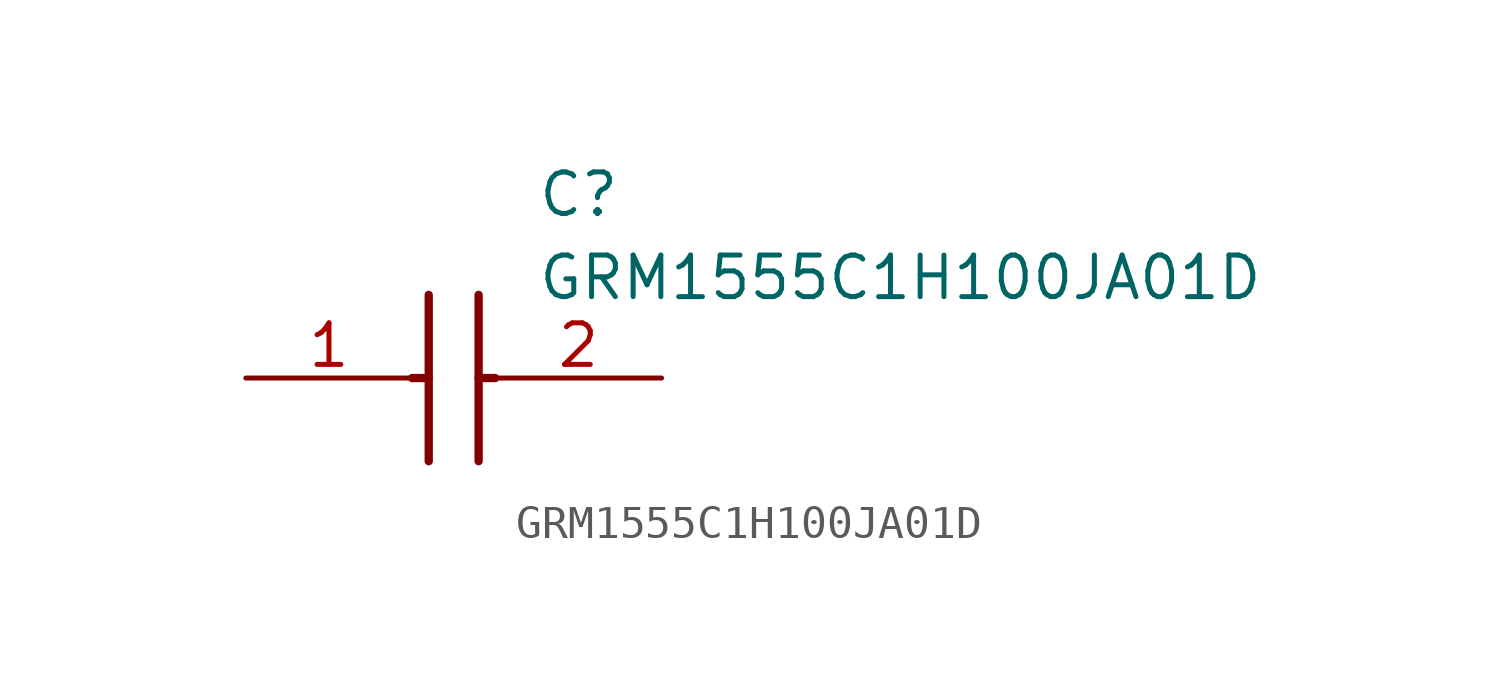
<source format=kicad_sym>
(kicad_symbol_lib
  (version 20211014)
  (generator SamacSys_ECAD_Model)
  (symbol "GRM1555C1H100JA01D"
    (pin_names hide)
    (property "Reference" "C"
      (at 8.89 6.35 0)
      (effects (font (size 1.27 1.27)) (justify left top)))
    (property "Value" "GRM1555C1H100JA01D"
      (at 8.89 3.81 0)
      (effects (font (size 1.27 1.27)) (justify left top)))
    (polyline
      (pts (xy 5.588 2.54) (xy 5.588 -2.54))
      (stroke (width 0.254) (type default))
      (fill (type none)))
    (polyline
      (pts (xy 7.112 2.54) (xy 7.112 -2.54))
      (stroke (width 0.254) (type default))
      (fill (type none)))
    (polyline
      (pts (xy 5.08 0) (xy 5.588 0))
      (stroke (width 0.254) (type default))
      (fill (type none)))
    (polyline
      (pts (xy 7.112 0) (xy 7.62 0))
      (stroke (width 0.254) (type default))
      (fill (type none)))
    (pin passive line
      (at 0 0 0)
      (length 5.08)
      (name "1" (effects (font (size 1.27 1.27))))
      (number "1" (effects (font (size 1.27 1.27)))))
    (pin passive line
      (at 12.7 0 180)
      (length 5.08)
      (name "2" (effects (font (size 1.27 1.27))))
      (number "2" (effects (font (size 1.27 1.27)))))))
</source>
